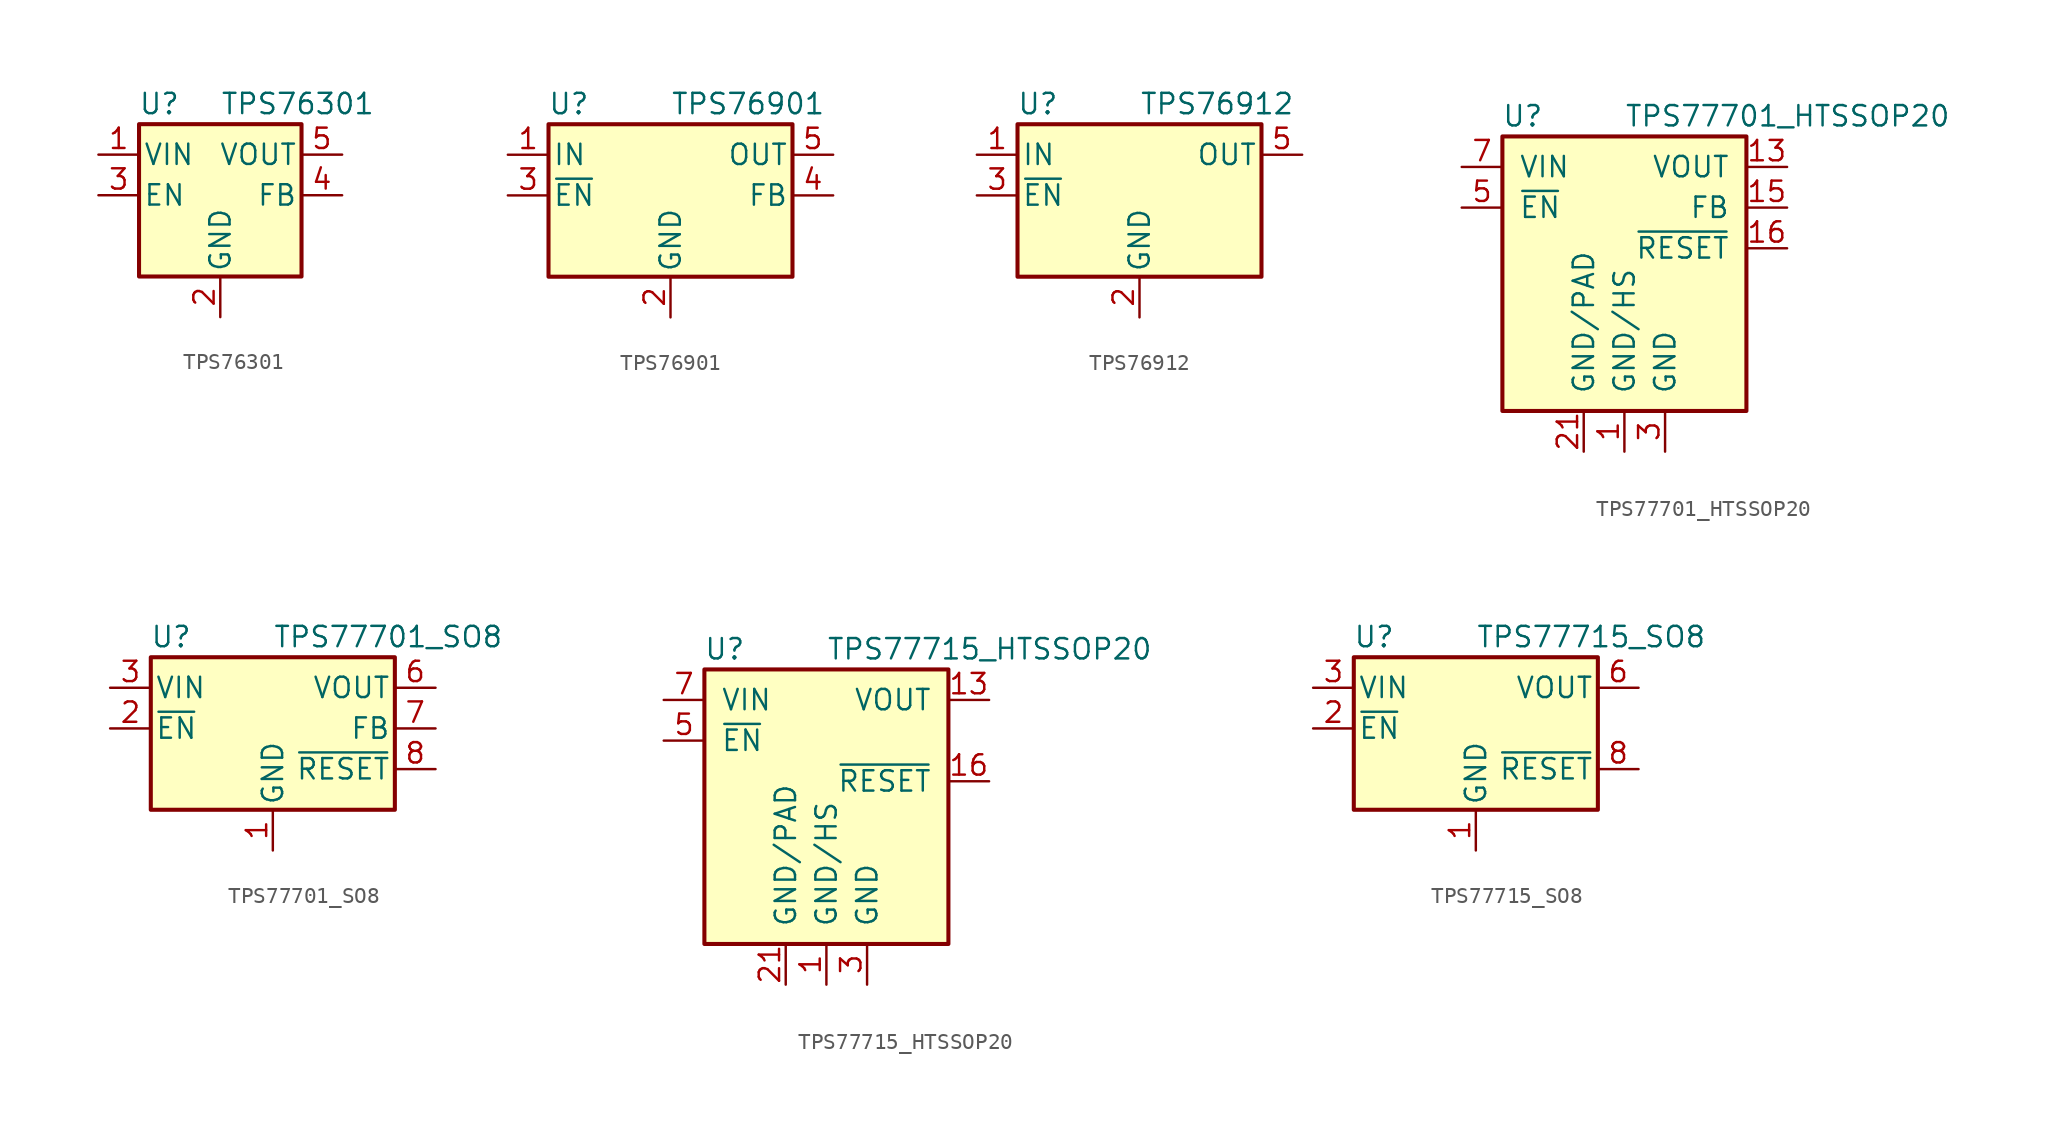
<source format=kicad_sym>
(kicad_symbol_lib
  (version 20220914)
  (generator kicad_symbol_editor)
  (symbol "TPS76301"
    (pin_names
      (offset 0.254))
    (property "Reference" "U"
      (at -3.81 5.715 0)
      (effects (font (size 1.27 1.27))))
    (property "Value" "TPS76301"
      (at 0 5.715 0)
      (effects (font (size 1.27 1.27)) (justify left)))
    (symbol "TPS76301_0_1"
      (rectangle (start -5.08 4.445) (end 5.08 -5.08) (stroke (width 0.254) (type solid)) (fill (type background))))
    (symbol "TPS76301_1_1"
      (pin power_in line (at -7.62 2.54 0) (length 2.54) (name "VIN" (effects (font (size 1.27 1.27)))) (number "1" (effects (font (size 1.27 1.27)))))
      (pin power_in line (at 0 -7.62 90) (length 2.54) (name "GND" (effects (font (size 1.27 1.27)))) (number "2" (effects (font (size 1.27 1.27)))))
      (pin input line (at -7.62 0 0) (length 2.54) (name "EN" (effects (font (size 1.27 1.27)))) (number "3" (effects (font (size 1.27 1.27)))))
      (pin input line (at 7.62 0 180) (length 2.54) (name "FB" (effects (font (size 1.27 1.27)))) (number "4" (effects (font (size 1.27 1.27)))))
      (pin power_out line (at 7.62 2.54 180) (length 2.54) (name "VOUT" (effects (font (size 1.27 1.27)))) (number "5" (effects (font (size 1.27 1.27)))))))
  (symbol "TPS76901"
    (pin_names
      (offset 0.254))
    (property "Reference" "U"
      (at -6.35 5.715 0)
      (effects (font (size 1.27 1.27))))
    (property "Value" "TPS76901"
      (at 0 5.715 0)
      (effects (font (size 1.27 1.27)) (justify left)))
    (symbol "TPS76901_0_1"
      (rectangle (start -7.62 4.445) (end 7.62 -5.08) (stroke (width 0.254) (type solid)) (fill (type background))))
    (symbol "TPS76901_1_1"
      (pin power_in line (at -10.16 2.54 0) (length 2.54) (name "IN" (effects (font (size 1.27 1.27)))) (number "1" (effects (font (size 1.27 1.27)))))
      (pin power_in line (at 0 -7.62 90) (length 2.54) (name "GND" (effects (font (size 1.27 1.27)))) (number "2" (effects (font (size 1.27 1.27)))))
      (pin input line (at -10.16 0 0) (length 2.54) (name "~{EN}" (effects (font (size 1.27 1.27)))) (number "3" (effects (font (size 1.27 1.27)))))
      (pin input line (at 10.16 0 180) (length 2.54) (name "FB" (effects (font (size 1.27 1.27)))) (number "4" (effects (font (size 1.27 1.27)))))
      (pin power_out line (at 10.16 2.54 180) (length 2.54) (name "OUT" (effects (font (size 1.27 1.27)))) (number "5" (effects (font (size 1.27 1.27)))))))
  (symbol "TPS76912"
    (pin_names
      (offset 0.254))
    (property "Reference" "U"
      (at -6.35 5.715 0)
      (effects (font (size 1.27 1.27))))
    (property "Value" "TPS76912"
      (at 0 5.715 0)
      (effects (font (size 1.27 1.27)) (justify left)))
    (symbol "TPS76912_0_1"
      (rectangle (start -7.62 4.445) (end 7.62 -5.08) (stroke (width 0.254) (type solid)) (fill (type background))))
    (symbol "TPS76912_1_1"
      (pin power_in line (at -10.16 2.54 0) (length 2.54) (name "IN" (effects (font (size 1.27 1.27)))) (number "1" (effects (font (size 1.27 1.27)))))
      (pin power_in line (at 0 -7.62 90) (length 2.54) (name "GND" (effects (font (size 1.27 1.27)))) (number "2" (effects (font (size 1.27 1.27)))))
      (pin input line (at -10.16 0 0) (length 2.54) (name "~{EN}" (effects (font (size 1.27 1.27)))) (number "3" (effects (font (size 1.27 1.27)))))
      (pin no_connect line (at 10.16 0 180) (length 2.54) hide (name "NC" (effects (font (size 1.27 1.27)))) (number "4" (effects (font (size 1.27 1.27)))))
      (pin power_out line (at 10.16 2.54 180) (length 2.54) (name "OUT" (effects (font (size 1.27 1.27)))) (number "5" (effects (font (size 1.27 1.27)))))))
  (symbol "TPS77701_HTSSOP20"
    (pin_names
      (offset 1.016))
    (property "Reference" "U"
      (at -6.35 5.715 0)
      (effects (font (size 1.27 1.27))))
    (property "Value" "TPS77701_HTSSOP20"
      (at 0 5.715 0)
      (effects (font (size 1.27 1.27)) (justify left)))
    (symbol "TPS77701_HTSSOP20_0_1"
      (rectangle (start -7.62 4.445) (end 7.62 -12.7) (stroke (width 0.254) (type solid)) (fill (type background))))
    (symbol "TPS77701_HTSSOP20_1_1"
      (pin power_in line (at 0 -15.24 90) (length 2.54) (name "GND/HS" (effects (font (size 1.27 1.27)))) (number "1" (effects (font (size 1.27 1.27)))))
      (pin passive line (at 0 -15.24 90) (length 2.54) hide (name "GND/HS" (effects (font (size 1.27 1.27)))) (number "10" (effects (font (size 1.27 1.27)))))
      (pin passive line (at 0 -15.24 90) (length 2.54) hide (name "GND/HS" (effects (font (size 1.27 1.27)))) (number "11" (effects (font (size 1.27 1.27)))))
      (pin passive line (at 0 -15.24 90) (length 2.54) hide (name "GND/HS" (effects (font (size 1.27 1.27)))) (number "12" (effects (font (size 1.27 1.27)))))
      (pin power_out line (at 10.16 2.54 180) (length 2.54) (name "VOUT" (effects (font (size 1.27 1.27)))) (number "13" (effects (font (size 1.27 1.27)))))
      (pin passive line (at 10.16 2.54 180) (length 2.54) hide (name "VOUT" (effects (font (size 1.27 1.27)))) (number "14" (effects (font (size 1.27 1.27)))))
      (pin passive line (at 10.16 0 180) (length 2.54) (name "FB" (effects (font (size 1.27 1.27)))) (number "15" (effects (font (size 1.27 1.27)))))
      (pin open_collector line (at 10.16 -2.54 180) (length 2.54) (name "~{RESET}" (effects (font (size 1.27 1.27)))) (number "16" (effects (font (size 1.27 1.27)))))
      (pin no_connect line (at 10.16 -5.08 180) (length 2.54) hide (name "NC" (effects (font (size 1.27 1.27)))) (number "17" (effects (font (size 1.27 1.27)))))
      (pin no_connect line (at 10.16 -7.62 180) (length 2.54) hide (name "NC" (effects (font (size 1.27 1.27)))) (number "18" (effects (font (size 1.27 1.27)))))
      (pin passive line (at 0 -15.24 90) (length 2.54) hide (name "GND/HS" (effects (font (size 1.27 1.27)))) (number "19" (effects (font (size 1.27 1.27)))))
      (pin passive line (at 0 -15.24 90) (length 2.54) hide (name "GND/HS" (effects (font (size 1.27 1.27)))) (number "2" (effects (font (size 1.27 1.27)))))
      (pin passive line (at 0 -15.24 90) (length 2.54) hide (name "GND/HS" (effects (font (size 1.27 1.27)))) (number "20" (effects (font (size 1.27 1.27)))))
      (pin power_in line (at -2.54 -15.24 90) (length 2.54) (name "GND/PAD" (effects (font (size 1.27 1.27)))) (number "21" (effects (font (size 1.27 1.27)))))
      (pin power_in line (at 2.54 -15.24 90) (length 2.54) (name "GND" (effects (font (size 1.27 1.27)))) (number "3" (effects (font (size 1.27 1.27)))))
      (pin no_connect line (at -10.16 -2.54 0) (length 2.54) hide (name "NC" (effects (font (size 1.27 1.27)))) (number "4" (effects (font (size 1.27 1.27)))))
      (pin input line (at -10.16 0 0) (length 2.54) (name "~{EN}" (effects (font (size 1.27 1.27)))) (number "5" (effects (font (size 1.27 1.27)))))
      (pin passive line (at -10.16 2.54 0) (length 2.54) hide (name "VIN" (effects (font (size 1.27 1.27)))) (number "6" (effects (font (size 1.27 1.27)))))
      (pin power_in line (at -10.16 2.54 0) (length 2.54) (name "VIN" (effects (font (size 1.27 1.27)))) (number "7" (effects (font (size 1.27 1.27)))))
      (pin no_connect line (at -10.16 -5.08 0) (length 2.54) hide (name "NC" (effects (font (size 1.27 1.27)))) (number "8" (effects (font (size 1.27 1.27)))))
      (pin passive line (at 0 -15.24 90) (length 2.54) hide (name "GND/HS" (effects (font (size 1.27 1.27)))) (number "9" (effects (font (size 1.27 1.27)))))))
  (symbol "TPS77701_SO8"
    (pin_names
      (offset 0.254))
    (property "Reference" "U"
      (at -6.35 5.715 0)
      (effects (font (size 1.27 1.27))))
    (property "Value" "TPS77701_SO8"
      (at 0 5.715 0)
      (effects (font (size 1.27 1.27)) (justify left)))
    (symbol "TPS77701_SO8_0_1"
      (rectangle (start -7.62 4.445) (end 7.62 -5.08) (stroke (width 0.254) (type solid)) (fill (type background))))
    (symbol "TPS77701_SO8_1_1"
      (pin power_in line (at 0 -7.62 90) (length 2.54) (name "GND" (effects (font (size 1.27 1.27)))) (number "1" (effects (font (size 1.27 1.27)))))
      (pin input line (at -10.16 0 0) (length 2.54) (name "~{EN}" (effects (font (size 1.27 1.27)))) (number "2" (effects (font (size 1.27 1.27)))))
      (pin power_in line (at -10.16 2.54 0) (length 2.54) (name "VIN" (effects (font (size 1.27 1.27)))) (number "3" (effects (font (size 1.27 1.27)))))
      (pin passive line (at -10.16 2.54 0) (length 2.54) hide (name "VIN" (effects (font (size 1.27 1.27)))) (number "4" (effects (font (size 1.27 1.27)))))
      (pin passive line (at 10.16 2.54 180) (length 2.54) hide (name "VOUT" (effects (font (size 1.27 1.27)))) (number "5" (effects (font (size 1.27 1.27)))))
      (pin power_out line (at 10.16 2.54 180) (length 2.54) (name "VOUT" (effects (font (size 1.27 1.27)))) (number "6" (effects (font (size 1.27 1.27)))))
      (pin passive line (at 10.16 0 180) (length 2.54) (name "FB" (effects (font (size 1.27 1.27)))) (number "7" (effects (font (size 1.27 1.27)))))
      (pin open_collector line (at 10.16 -2.54 180) (length 2.54) (name "~{RESET}" (effects (font (size 1.27 1.27)))) (number "8" (effects (font (size 1.27 1.27)))))))
  (symbol "TPS77715_HTSSOP20"
    (pin_names
      (offset 1.016))
    (property "Reference" "U"
      (at -6.35 5.715 0)
      (effects (font (size 1.27 1.27))))
    (property "Value" "TPS77715_HTSSOP20"
      (at 0 5.715 0)
      (effects (font (size 1.27 1.27)) (justify left)))
    (symbol "TPS77715_HTSSOP20_0_1"
      (rectangle (start -7.62 4.445) (end 7.62 -12.7) (stroke (width 0.254) (type solid)) (fill (type background))))
    (symbol "TPS77715_HTSSOP20_1_1"
      (pin power_in line (at 0 -15.24 90) (length 2.54) (name "GND/HS" (effects (font (size 1.27 1.27)))) (number "1" (effects (font (size 1.27 1.27)))))
      (pin passive line (at 0 -15.24 90) (length 2.54) hide (name "GND/HS" (effects (font (size 1.27 1.27)))) (number "10" (effects (font (size 1.27 1.27)))))
      (pin passive line (at 0 -15.24 90) (length 2.54) hide (name "GND/HS" (effects (font (size 1.27 1.27)))) (number "11" (effects (font (size 1.27 1.27)))))
      (pin passive line (at 0 -15.24 90) (length 2.54) hide (name "GND/HS" (effects (font (size 1.27 1.27)))) (number "12" (effects (font (size 1.27 1.27)))))
      (pin power_out line (at 10.16 2.54 180) (length 2.54) (name "VOUT" (effects (font (size 1.27 1.27)))) (number "13" (effects (font (size 1.27 1.27)))))
      (pin passive line (at 10.16 2.54 180) (length 2.54) hide (name "VOUT" (effects (font (size 1.27 1.27)))) (number "14" (effects (font (size 1.27 1.27)))))
      (pin no_connect line (at 10.16 0 180) (length 2.54) hide (name "NC" (effects (font (size 1.27 1.27)))) (number "15" (effects (font (size 1.27 1.27)))))
      (pin open_collector line (at 10.16 -2.54 180) (length 2.54) (name "~{RESET}" (effects (font (size 1.27 1.27)))) (number "16" (effects (font (size 1.27 1.27)))))
      (pin no_connect line (at 10.16 -5.08 180) (length 2.54) hide (name "NC" (effects (font (size 1.27 1.27)))) (number "17" (effects (font (size 1.27 1.27)))))
      (pin no_connect line (at 10.16 -7.62 180) (length 2.54) hide (name "NC" (effects (font (size 1.27 1.27)))) (number "18" (effects (font (size 1.27 1.27)))))
      (pin passive line (at 0 -15.24 90) (length 2.54) hide (name "GND/HS" (effects (font (size 1.27 1.27)))) (number "19" (effects (font (size 1.27 1.27)))))
      (pin passive line (at 0 -15.24 90) (length 2.54) hide (name "GND/HS" (effects (font (size 1.27 1.27)))) (number "2" (effects (font (size 1.27 1.27)))))
      (pin passive line (at 0 -15.24 90) (length 2.54) hide (name "GND/HS" (effects (font (size 1.27 1.27)))) (number "20" (effects (font (size 1.27 1.27)))))
      (pin power_in line (at -2.54 -15.24 90) (length 2.54) (name "GND/PAD" (effects (font (size 1.27 1.27)))) (number "21" (effects (font (size 1.27 1.27)))))
      (pin power_in line (at 2.54 -15.24 90) (length 2.54) (name "GND" (effects (font (size 1.27 1.27)))) (number "3" (effects (font (size 1.27 1.27)))))
      (pin no_connect line (at -10.16 -2.54 0) (length 2.54) hide (name "NC" (effects (font (size 1.27 1.27)))) (number "4" (effects (font (size 1.27 1.27)))))
      (pin input line (at -10.16 0 0) (length 2.54) (name "~{EN}" (effects (font (size 1.27 1.27)))) (number "5" (effects (font (size 1.27 1.27)))))
      (pin passive line (at -10.16 2.54 0) (length 2.54) hide (name "VIN" (effects (font (size 1.27 1.27)))) (number "6" (effects (font (size 1.27 1.27)))))
      (pin power_in line (at -10.16 2.54 0) (length 2.54) (name "VIN" (effects (font (size 1.27 1.27)))) (number "7" (effects (font (size 1.27 1.27)))))
      (pin no_connect line (at -10.16 -5.08 0) (length 2.54) hide (name "NC" (effects (font (size 1.27 1.27)))) (number "8" (effects (font (size 1.27 1.27)))))
      (pin passive line (at 0 -15.24 90) (length 2.54) hide (name "GND/HS" (effects (font (size 1.27 1.27)))) (number "9" (effects (font (size 1.27 1.27)))))))
  (symbol "TPS77715_SO8"
    (pin_names
      (offset 0.254))
    (property "Reference" "U"
      (at -6.35 5.715 0)
      (effects (font (size 1.27 1.27))))
    (property "Value" "TPS77715_SO8"
      (at 0 5.715 0)
      (effects (font (size 1.27 1.27)) (justify left)))
    (symbol "TPS77715_SO8_0_1"
      (rectangle (start -7.62 4.445) (end 7.62 -5.08) (stroke (width 0.254) (type solid)) (fill (type background))))
    (symbol "TPS77715_SO8_1_1"
      (pin power_in line (at 0 -7.62 90) (length 2.54) (name "GND" (effects (font (size 1.27 1.27)))) (number "1" (effects (font (size 1.27 1.27)))))
      (pin input line (at -10.16 0 0) (length 2.54) (name "~{EN}" (effects (font (size 1.27 1.27)))) (number "2" (effects (font (size 1.27 1.27)))))
      (pin power_in line (at -10.16 2.54 0) (length 2.54) (name "VIN" (effects (font (size 1.27 1.27)))) (number "3" (effects (font (size 1.27 1.27)))))
      (pin passive line (at -10.16 2.54 0) (length 2.54) hide (name "VIN" (effects (font (size 1.27 1.27)))) (number "4" (effects (font (size 1.27 1.27)))))
      (pin passive line (at 10.16 2.54 180) (length 2.54) hide (name "VOUT" (effects (font (size 1.27 1.27)))) (number "5" (effects (font (size 1.27 1.27)))))
      (pin power_out line (at 10.16 2.54 180) (length 2.54) (name "VOUT" (effects (font (size 1.27 1.27)))) (number "6" (effects (font (size 1.27 1.27)))))
      (pin no_connect line (at 10.16 0 180) (length 2.54) hide (name "NC" (effects (font (size 1.27 1.27)))) (number "7" (effects (font (size 1.27 1.27)))))
      (pin open_collector line (at 10.16 -2.54 180) (length 2.54) (name "~{RESET}" (effects (font (size 1.27 1.27)))) (number "8" (effects (font (size 1.27 1.27))))))))
</source>
